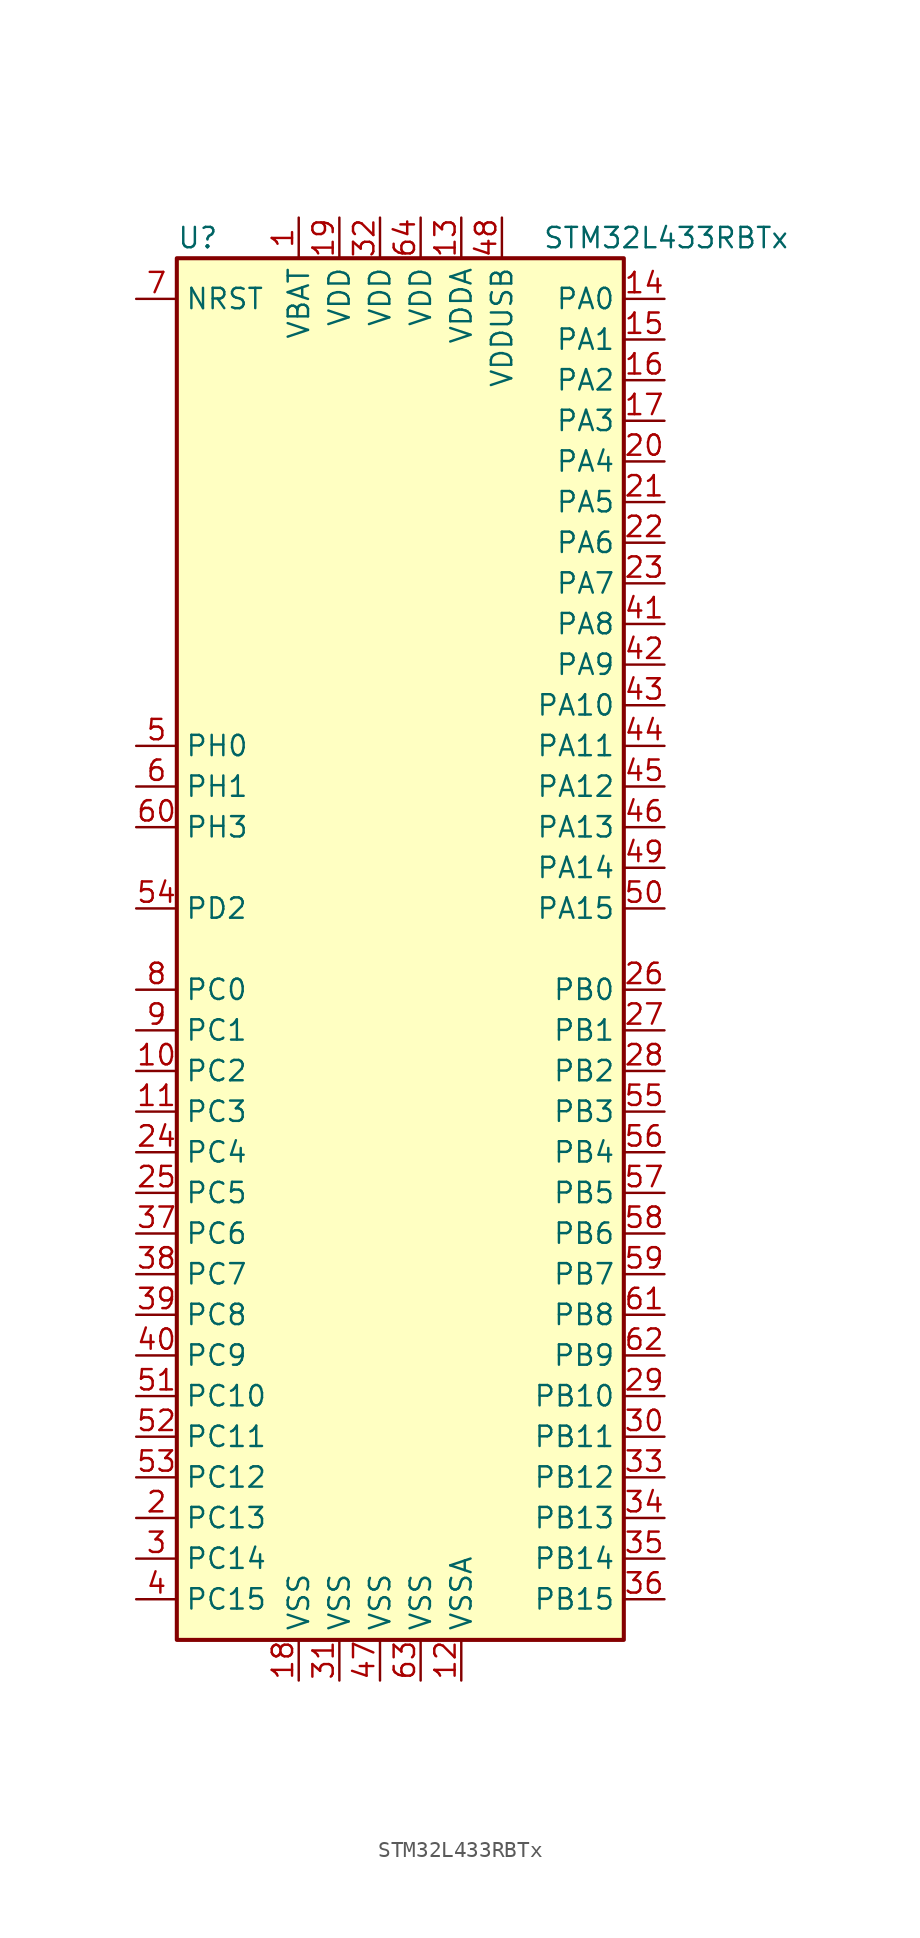
<source format=kicad_sym>
(kicad_symbol_lib
  (version 20201005)
  (generator kicad_symbol_editor)
  (symbol "STM32L433RBTx"
    (property "Reference" "U"
      (at -15.24 44.45 0)
      (effects (font (size 1.27 1.27)) (justify left)))
    (property "Value" "STM32L433RBTx"
      (at 7.62 44.45 0)
      (effects (font (size 1.27 1.27)) (justify left)))
    (symbol "STM32L433RBTx_0_1"
      (rectangle (start -15.24 -43.18) (end 12.7 43.18) (stroke (width 0.254)) (fill (type background))))
    (symbol "STM32L433RBTx_1_1"
      (pin power_in line (at -7.62 45.72 270) (length 2.54) (name "VBAT" (effects (font (size 1.27 1.27)))) (number "1" (effects (font (size 1.27 1.27)))))
      (pin bidirectional line (at -17.78 -7.62 0) (length 2.54) (name "PC2" (effects (font (size 1.27 1.27)))) (number "10" (effects (font (size 1.27 1.27)))))
      (pin bidirectional line (at -17.78 -10.16 0) (length 2.54) (name "PC3" (effects (font (size 1.27 1.27)))) (number "11" (effects (font (size 1.27 1.27)))))
      (pin power_in line (at 2.54 -45.72 90) (length 2.54) (name "VSSA" (effects (font (size 1.27 1.27)))) (number "12" (effects (font (size 1.27 1.27)))))
      (pin power_in line (at 2.54 45.72 270) (length 2.54) (name "VDDA" (effects (font (size 1.27 1.27)))) (number "13" (effects (font (size 1.27 1.27)))))
      (pin bidirectional line (at 15.24 40.64 180) (length 2.54) (name "PA0" (effects (font (size 1.27 1.27)))) (number "14" (effects (font (size 1.27 1.27)))))
      (pin bidirectional line (at 15.24 38.1 180) (length 2.54) (name "PA1" (effects (font (size 1.27 1.27)))) (number "15" (effects (font (size 1.27 1.27)))))
      (pin bidirectional line (at 15.24 35.56 180) (length 2.54) (name "PA2" (effects (font (size 1.27 1.27)))) (number "16" (effects (font (size 1.27 1.27)))))
      (pin bidirectional line (at 15.24 33.02 180) (length 2.54) (name "PA3" (effects (font (size 1.27 1.27)))) (number "17" (effects (font (size 1.27 1.27)))))
      (pin power_in line (at -7.62 -45.72 90) (length 2.54) (name "VSS" (effects (font (size 1.27 1.27)))) (number "18" (effects (font (size 1.27 1.27)))))
      (pin power_in line (at -5.08 45.72 270) (length 2.54) (name "VDD" (effects (font (size 1.27 1.27)))) (number "19" (effects (font (size 1.27 1.27)))))
      (pin bidirectional line (at -17.78 -35.56 0) (length 2.54) (name "PC13" (effects (font (size 1.27 1.27)))) (number "2" (effects (font (size 1.27 1.27)))))
      (pin bidirectional line (at 15.24 30.48 180) (length 2.54) (name "PA4" (effects (font (size 1.27 1.27)))) (number "20" (effects (font (size 1.27 1.27)))))
      (pin bidirectional line (at 15.24 27.94 180) (length 2.54) (name "PA5" (effects (font (size 1.27 1.27)))) (number "21" (effects (font (size 1.27 1.27)))))
      (pin bidirectional line (at 15.24 25.4 180) (length 2.54) (name "PA6" (effects (font (size 1.27 1.27)))) (number "22" (effects (font (size 1.27 1.27)))))
      (pin bidirectional line (at 15.24 22.86 180) (length 2.54) (name "PA7" (effects (font (size 1.27 1.27)))) (number "23" (effects (font (size 1.27 1.27)))))
      (pin bidirectional line (at -17.78 -12.7 0) (length 2.54) (name "PC4" (effects (font (size 1.27 1.27)))) (number "24" (effects (font (size 1.27 1.27)))))
      (pin bidirectional line (at -17.78 -15.24 0) (length 2.54) (name "PC5" (effects (font (size 1.27 1.27)))) (number "25" (effects (font (size 1.27 1.27)))))
      (pin bidirectional line (at 15.24 -2.54 180) (length 2.54) (name "PB0" (effects (font (size 1.27 1.27)))) (number "26" (effects (font (size 1.27 1.27)))))
      (pin bidirectional line (at 15.24 -5.08 180) (length 2.54) (name "PB1" (effects (font (size 1.27 1.27)))) (number "27" (effects (font (size 1.27 1.27)))))
      (pin bidirectional line (at 15.24 -7.62 180) (length 2.54) (name "PB2" (effects (font (size 1.27 1.27)))) (number "28" (effects (font (size 1.27 1.27)))))
      (pin bidirectional line (at 15.24 -27.94 180) (length 2.54) (name "PB10" (effects (font (size 1.27 1.27)))) (number "29" (effects (font (size 1.27 1.27)))))
      (pin bidirectional line (at -17.78 -38.1 0) (length 2.54) (name "PC14" (effects (font (size 1.27 1.27)))) (number "3" (effects (font (size 1.27 1.27)))))
      (pin bidirectional line (at 15.24 -30.48 180) (length 2.54) (name "PB11" (effects (font (size 1.27 1.27)))) (number "30" (effects (font (size 1.27 1.27)))))
      (pin power_in line (at -5.08 -45.72 90) (length 2.54) (name "VSS" (effects (font (size 1.27 1.27)))) (number "31" (effects (font (size 1.27 1.27)))))
      (pin power_in line (at -2.54 45.72 270) (length 2.54) (name "VDD" (effects (font (size 1.27 1.27)))) (number "32" (effects (font (size 1.27 1.27)))))
      (pin bidirectional line (at 15.24 -33.02 180) (length 2.54) (name "PB12" (effects (font (size 1.27 1.27)))) (number "33" (effects (font (size 1.27 1.27)))))
      (pin bidirectional line (at 15.24 -35.56 180) (length 2.54) (name "PB13" (effects (font (size 1.27 1.27)))) (number "34" (effects (font (size 1.27 1.27)))))
      (pin bidirectional line (at 15.24 -38.1 180) (length 2.54) (name "PB14" (effects (font (size 1.27 1.27)))) (number "35" (effects (font (size 1.27 1.27)))))
      (pin bidirectional line (at 15.24 -40.64 180) (length 2.54) (name "PB15" (effects (font (size 1.27 1.27)))) (number "36" (effects (font (size 1.27 1.27)))))
      (pin bidirectional line (at -17.78 -17.78 0) (length 2.54) (name "PC6" (effects (font (size 1.27 1.27)))) (number "37" (effects (font (size 1.27 1.27)))))
      (pin bidirectional line (at -17.78 -20.32 0) (length 2.54) (name "PC7" (effects (font (size 1.27 1.27)))) (number "38" (effects (font (size 1.27 1.27)))))
      (pin bidirectional line (at -17.78 -22.86 0) (length 2.54) (name "PC8" (effects (font (size 1.27 1.27)))) (number "39" (effects (font (size 1.27 1.27)))))
      (pin bidirectional line (at -17.78 -40.64 0) (length 2.54) (name "PC15" (effects (font (size 1.27 1.27)))) (number "4" (effects (font (size 1.27 1.27)))))
      (pin bidirectional line (at -17.78 -25.4 0) (length 2.54) (name "PC9" (effects (font (size 1.27 1.27)))) (number "40" (effects (font (size 1.27 1.27)))))
      (pin bidirectional line (at 15.24 20.32 180) (length 2.54) (name "PA8" (effects (font (size 1.27 1.27)))) (number "41" (effects (font (size 1.27 1.27)))))
      (pin bidirectional line (at 15.24 17.78 180) (length 2.54) (name "PA9" (effects (font (size 1.27 1.27)))) (number "42" (effects (font (size 1.27 1.27)))))
      (pin bidirectional line (at 15.24 15.24 180) (length 2.54) (name "PA10" (effects (font (size 1.27 1.27)))) (number "43" (effects (font (size 1.27 1.27)))))
      (pin bidirectional line (at 15.24 12.7 180) (length 2.54) (name "PA11" (effects (font (size 1.27 1.27)))) (number "44" (effects (font (size 1.27 1.27)))))
      (pin bidirectional line (at 15.24 10.16 180) (length 2.54) (name "PA12" (effects (font (size 1.27 1.27)))) (number "45" (effects (font (size 1.27 1.27)))))
      (pin bidirectional line (at 15.24 7.62 180) (length 2.54) (name "PA13" (effects (font (size 1.27 1.27)))) (number "46" (effects (font (size 1.27 1.27)))))
      (pin power_in line (at -2.54 -45.72 90) (length 2.54) (name "VSS" (effects (font (size 1.27 1.27)))) (number "47" (effects (font (size 1.27 1.27)))))
      (pin power_in line (at 5.08 45.72 270) (length 2.54) (name "VDDUSB" (effects (font (size 1.27 1.27)))) (number "48" (effects (font (size 1.27 1.27)))))
      (pin bidirectional line (at 15.24 5.08 180) (length 2.54) (name "PA14" (effects (font (size 1.27 1.27)))) (number "49" (effects (font (size 1.27 1.27)))))
      (pin input line (at -17.78 12.7 0) (length 2.54) (name "PH0" (effects (font (size 1.27 1.27)))) (number "5" (effects (font (size 1.27 1.27)))))
      (pin bidirectional line (at 15.24 2.54 180) (length 2.54) (name "PA15" (effects (font (size 1.27 1.27)))) (number "50" (effects (font (size 1.27 1.27)))))
      (pin bidirectional line (at -17.78 -27.94 0) (length 2.54) (name "PC10" (effects (font (size 1.27 1.27)))) (number "51" (effects (font (size 1.27 1.27)))))
      (pin bidirectional line (at -17.78 -30.48 0) (length 2.54) (name "PC11" (effects (font (size 1.27 1.27)))) (number "52" (effects (font (size 1.27 1.27)))))
      (pin bidirectional line (at -17.78 -33.02 0) (length 2.54) (name "PC12" (effects (font (size 1.27 1.27)))) (number "53" (effects (font (size 1.27 1.27)))))
      (pin bidirectional line (at -17.78 2.54 0) (length 2.54) (name "PD2" (effects (font (size 1.27 1.27)))) (number "54" (effects (font (size 1.27 1.27)))))
      (pin bidirectional line (at 15.24 -10.16 180) (length 2.54) (name "PB3" (effects (font (size 1.27 1.27)))) (number "55" (effects (font (size 1.27 1.27)))))
      (pin bidirectional line (at 15.24 -12.7 180) (length 2.54) (name "PB4" (effects (font (size 1.27 1.27)))) (number "56" (effects (font (size 1.27 1.27)))))
      (pin bidirectional line (at 15.24 -15.24 180) (length 2.54) (name "PB5" (effects (font (size 1.27 1.27)))) (number "57" (effects (font (size 1.27 1.27)))))
      (pin bidirectional line (at 15.24 -17.78 180) (length 2.54) (name "PB6" (effects (font (size 1.27 1.27)))) (number "58" (effects (font (size 1.27 1.27)))))
      (pin bidirectional line (at 15.24 -20.32 180) (length 2.54) (name "PB7" (effects (font (size 1.27 1.27)))) (number "59" (effects (font (size 1.27 1.27)))))
      (pin input line (at -17.78 10.16 0) (length 2.54) (name "PH1" (effects (font (size 1.27 1.27)))) (number "6" (effects (font (size 1.27 1.27)))))
      (pin bidirectional line (at -17.78 7.62 0) (length 2.54) (name "PH3" (effects (font (size 1.27 1.27)))) (number "60" (effects (font (size 1.27 1.27)))))
      (pin bidirectional line (at 15.24 -22.86 180) (length 2.54) (name "PB8" (effects (font (size 1.27 1.27)))) (number "61" (effects (font (size 1.27 1.27)))))
      (pin bidirectional line (at 15.24 -25.4 180) (length 2.54) (name "PB9" (effects (font (size 1.27 1.27)))) (number "62" (effects (font (size 1.27 1.27)))))
      (pin power_in line (at 0 -45.72 90) (length 2.54) (name "VSS" (effects (font (size 1.27 1.27)))) (number "63" (effects (font (size 1.27 1.27)))))
      (pin power_in line (at 0 45.72 270) (length 2.54) (name "VDD" (effects (font (size 1.27 1.27)))) (number "64" (effects (font (size 1.27 1.27)))))
      (pin input line (at -17.78 40.64 0) (length 2.54) (name "NRST" (effects (font (size 1.27 1.27)))) (number "7" (effects (font (size 1.27 1.27)))))
      (pin bidirectional line (at -17.78 -2.54 0) (length 2.54) (name "PC0" (effects (font (size 1.27 1.27)))) (number "8" (effects (font (size 1.27 1.27)))))
      (pin bidirectional line (at -17.78 -5.08 0) (length 2.54) (name "PC1" (effects (font (size 1.27 1.27)))) (number "9" (effects (font (size 1.27 1.27))))))))
</source>
